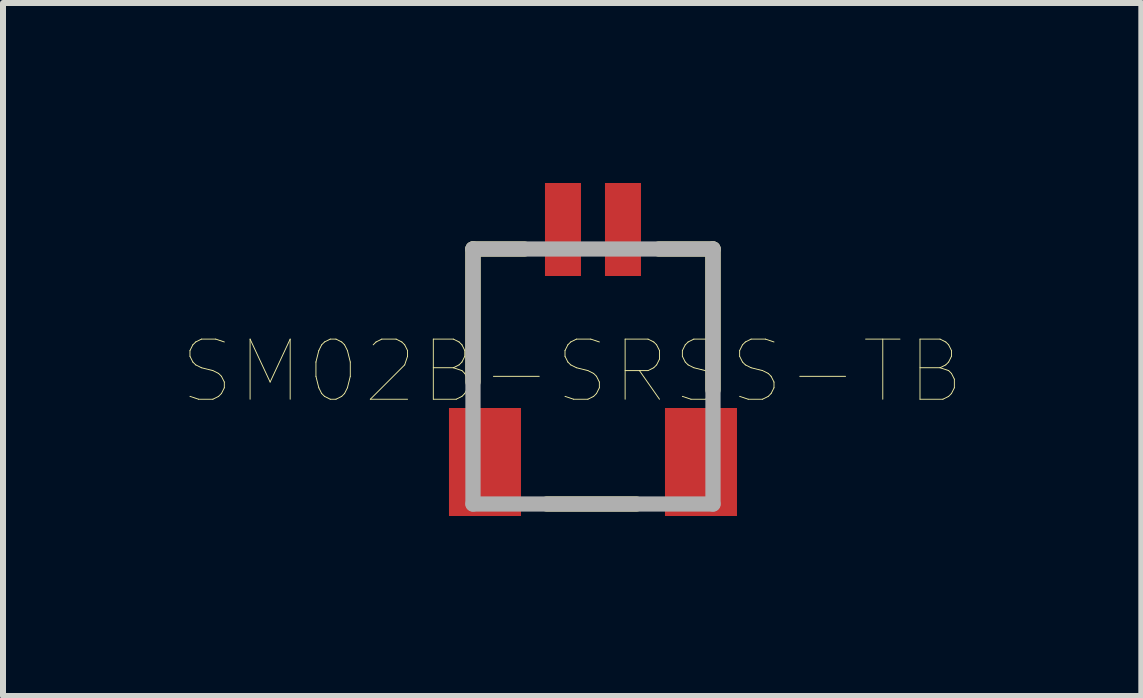
<source format=kicad_pcb>
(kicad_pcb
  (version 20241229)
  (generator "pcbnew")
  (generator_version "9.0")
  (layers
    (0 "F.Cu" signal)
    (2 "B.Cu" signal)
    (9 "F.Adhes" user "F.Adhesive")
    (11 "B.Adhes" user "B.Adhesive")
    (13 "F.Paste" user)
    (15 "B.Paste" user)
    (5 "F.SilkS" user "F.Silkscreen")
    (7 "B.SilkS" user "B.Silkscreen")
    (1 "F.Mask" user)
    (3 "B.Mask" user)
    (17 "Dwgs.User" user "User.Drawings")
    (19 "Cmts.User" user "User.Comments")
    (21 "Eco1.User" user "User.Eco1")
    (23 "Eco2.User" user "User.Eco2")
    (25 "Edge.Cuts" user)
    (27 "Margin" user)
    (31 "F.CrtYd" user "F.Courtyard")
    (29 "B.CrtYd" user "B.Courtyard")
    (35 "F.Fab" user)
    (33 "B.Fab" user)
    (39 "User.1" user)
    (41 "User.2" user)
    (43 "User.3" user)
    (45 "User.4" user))
  (footprint "SM02B-SRSS-TB"
    (layer "F.Cu")
    (at 6.833 2.75)
    (property "Reference" "SM02B-SRSS-TB" (at -0.347 0.391 0) (layer "F.SilkS") (effects (font (size 1.002 1.002) (thickness 0.015))))
    (attr through_hole)
    (fp_line (start -2 -1.65) (end -2 0.563) (stroke (width 0.254) (type solid)) (layer "F.SilkS"))
    (fp_line (start -2 -1.65) (end -1.145 -1.65) (stroke (width 0.254) (type solid)) (layer "F.SilkS"))
    (fp_line (start -0.767 2.6) (end 0.722 2.6) (stroke (width 0.254) (type solid)) (layer "F.SilkS"))
    (fp_line (start 2 -1.65) (end 1.1 -1.65) (stroke (width 0.254) (type solid)) (layer "F.SilkS"))
    (fp_line (start 2 -1.65) (end 2 0.697) (stroke (width 0.254) (type solid)) (layer "F.SilkS"))
    (fp_line (start -2 -1.65) (end 2 -1.65) (stroke (width 0.254) (type solid)) (layer "F.Fab"))
    (fp_line (start -2 2.6) (end -2 -1.65) (stroke (width 0.254) (type solid)) (layer "F.Fab"))
    (fp_line (start 2 -1.65) (end 2 2.6) (stroke (width 0.254) (type solid)) (layer "F.Fab"))
    (fp_line (start 2 2.6) (end -2 2.6) (stroke (width 0.254) (type solid)) (layer "F.Fab"))
    (pad "1" smd rect (at -0.5 -1.975) (size 0.6 1.55) (layers "F.Cu" "F.Mask" "F.Paste"))
    (pad "2" smd rect (at 0.5 -1.975) (size 0.6 1.55) (layers "F.Cu" "F.Mask" "F.Paste"))
    (pad "3" smd rect (at -1.8 1.9) (size 1.2 1.8) (layers "F.Cu" "F.Mask" "F.Paste"))
    (pad "4" smd rect (at 1.8 1.9) (size 1.2 1.8) (layers "F.Cu" "F.Mask" "F.Paste")))
  (gr_rect
    (start -3 -3)
    (end 15.972 8.55)
    (stroke (width 0.1) (type default))
    (fill no)
    (layer "Edge.Cuts")))
</source>
